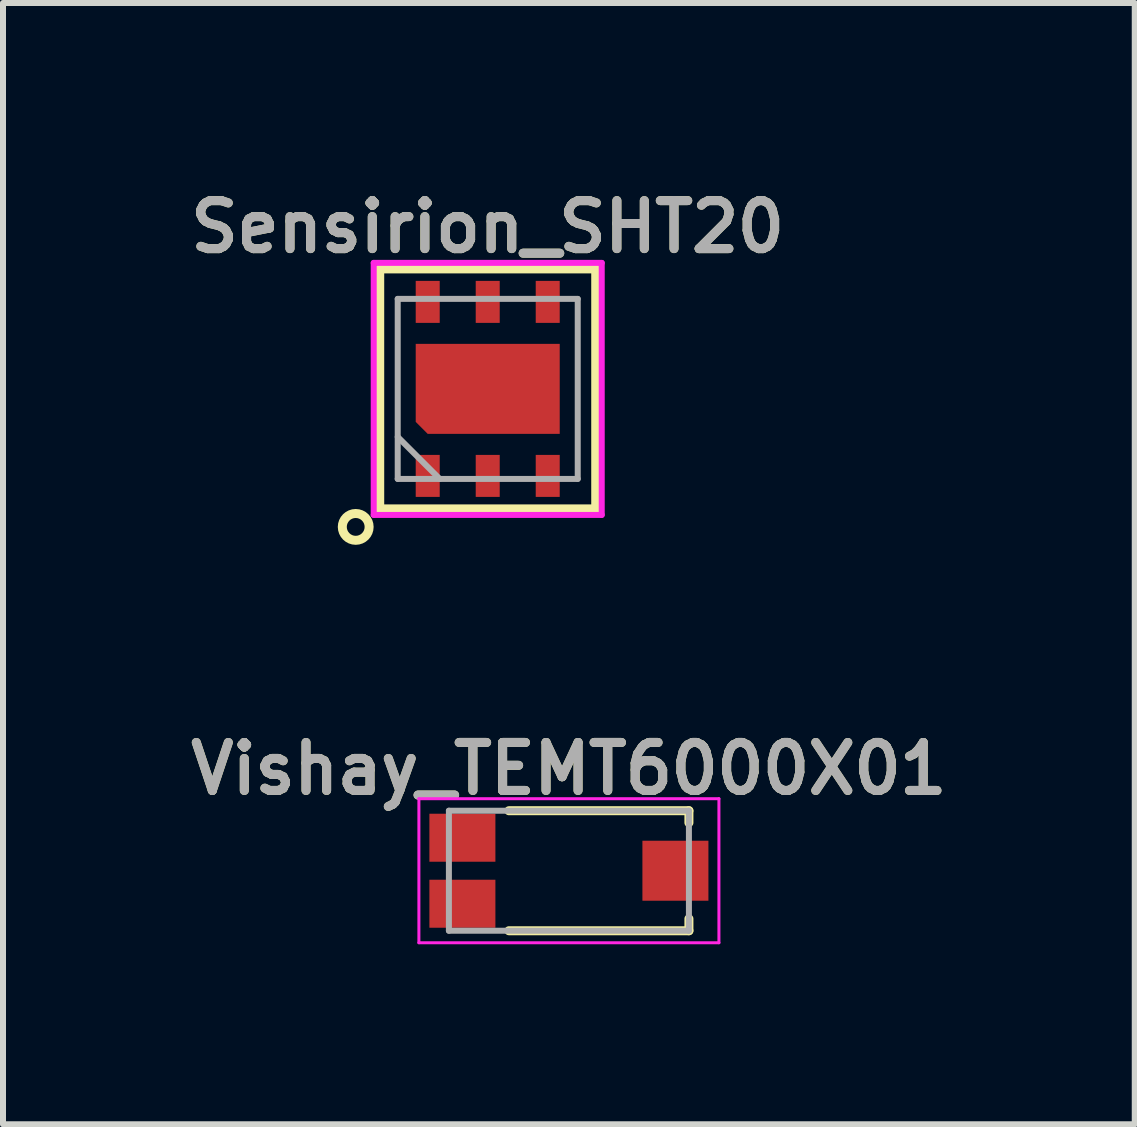
<source format=kicad_pcb>
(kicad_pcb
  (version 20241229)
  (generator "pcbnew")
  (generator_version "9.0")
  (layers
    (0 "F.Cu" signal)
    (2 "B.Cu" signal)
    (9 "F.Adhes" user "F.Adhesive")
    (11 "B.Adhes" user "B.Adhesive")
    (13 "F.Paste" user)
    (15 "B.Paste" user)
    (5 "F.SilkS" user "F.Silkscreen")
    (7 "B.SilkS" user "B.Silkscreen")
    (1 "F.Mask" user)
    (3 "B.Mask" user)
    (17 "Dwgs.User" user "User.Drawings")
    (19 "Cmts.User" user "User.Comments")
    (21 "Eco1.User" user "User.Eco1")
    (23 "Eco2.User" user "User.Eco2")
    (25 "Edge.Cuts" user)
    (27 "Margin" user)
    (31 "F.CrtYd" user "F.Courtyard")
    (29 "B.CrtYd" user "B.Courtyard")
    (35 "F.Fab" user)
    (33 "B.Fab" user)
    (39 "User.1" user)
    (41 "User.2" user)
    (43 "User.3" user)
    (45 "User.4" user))
  (footprint "Vishay_TEMT6000X01"
    (layer "F.Cu")
    (at 6.431 11.461)
    (property "Reference" "Vishay_TEMT6000X01" (at 0 -1.7 0) (layer "F.SilkS") (effects (font (size 0.8 0.8) (thickness 0.15))))
    (attr smd)
    (fp_line (start -1 -1) (end 2 -1) (stroke (width 0.15) (type solid)) (layer "F.SilkS"))
    (fp_line (start 2 -1) (end 2 -0.8) (stroke (width 0.15) (type solid)) (layer "F.SilkS"))
    (fp_line (start 2 0.8) (end 2 1) (stroke (width 0.15) (type solid)) (layer "F.SilkS"))
    (fp_line (start 2 1) (end -1 1) (stroke (width 0.15) (type solid)) (layer "F.SilkS"))
    (fp_line (start -2.5 -1.2) (end 2.5 -1.2) (stroke (width 0.05) (type solid)) (layer "F.CrtYd"))
    (fp_line (start -2.5 1.2) (end -2.5 -1.2) (stroke (width 0.05) (type solid)) (layer "F.CrtYd"))
    (fp_line (start 2.5 -1.2) (end 2.5 1.2) (stroke (width 0.05) (type solid)) (layer "F.CrtYd"))
    (fp_line (start 2.5 1.2) (end -2.5 1.2) (stroke (width 0.05) (type solid)) (layer "F.CrtYd"))
    (fp_line (start -2 -1) (end 2 -1) (stroke (width 0.1) (type solid)) (layer "F.Fab"))
    (fp_line (start -2 1) (end -2 -1) (stroke (width 0.1) (type solid)) (layer "F.Fab"))
    (fp_line (start 2 -1) (end 2 1) (stroke (width 0.1) (type solid)) (layer "F.Fab"))
    (fp_line (start 2 1) (end -2 1) (stroke (width 0.1) (type solid)) (layer "F.Fab"))
    (fp_text user "${REFERENCE}" (at 0 -1.7 0) (layer "F.Fab") (effects (font (size 0.8 0.8) (thickness 0.15))))
    (pad "B" smd rect (at -1.775 0.55) (size 1.1 0.8) (layers "F.Cu" "F.Mask" "F.Paste"))
    (pad "C" smd rect (at 1.775 0) (size 1.1 1) (layers "F.Cu" "F.Mask" "F.Paste"))
    (pad "E" smd rect (at -1.775 -0.55) (size 1.1 0.8) (layers "F.Cu" "F.Mask" "F.Paste")))
  (footprint "Sensirion_SHT20"
    (layer "F.Cu")
    (at 5.078 3.431)
    (property "Reference" "Sensirion_SHT20" (at 0 -2.7 0) (layer "F.SilkS") (effects (font (size 0.8 0.8) (thickness 0.15))))
    (attr smd)
    (fp_line (start -1.8 -2) (end 1.8 -2) (stroke (width 0.15) (type solid)) (layer "F.SilkS"))
    (fp_line (start -1.8 2) (end -1.8 -2) (stroke (width 0.15) (type solid)) (layer "F.SilkS"))
    (fp_line (start 1.8 -2) (end 1.8 2) (stroke (width 0.15) (type solid)) (layer "F.SilkS"))
    (fp_line (start 1.8 2) (end -1.8 2) (stroke (width 0.15) (type solid)) (layer "F.SilkS"))
    (fp_circle (center -2.2 2.3) (end -2.1 2.1) (stroke (width 0.15) (type solid)) (fill no) (layer "F.SilkS"))
    (fp_line (start -1.9 -2.1) (end 1.9 -2.1) (stroke (width 0.1) (type solid)) (layer "F.CrtYd"))
    (fp_line (start -1.9 2.1) (end -1.9 -2.1) (stroke (width 0.1) (type solid)) (layer "F.CrtYd"))
    (fp_line (start 1.9 -2.1) (end 1.9 2.1) (stroke (width 0.1) (type solid)) (layer "F.CrtYd"))
    (fp_line (start 1.9 2.1) (end -1.9 2.1) (stroke (width 0.1) (type solid)) (layer "F.CrtYd"))
    (fp_line (start -1.5 -1.5) (end 1.5 -1.5) (stroke (width 0.1) (type solid)) (layer "F.Fab"))
    (fp_line (start -1.5 0.8) (end -0.8 1.5) (stroke (width 0.1) (type solid)) (layer "F.Fab"))
    (fp_line (start -1.5 1.5) (end -1.5 -1.5) (stroke (width 0.1) (type solid)) (layer "F.Fab"))
    (fp_line (start 1.5 -1.5) (end 1.5 1.5) (stroke (width 0.1) (type solid)) (layer "F.Fab"))
    (fp_line (start 1.5 1.5) (end -1.5 1.5) (stroke (width 0.1) (type solid)) (layer "F.Fab"))
    (fp_text user "${REFERENCE}" (at 0 -2.7 0) (layer "F.Fab") (effects (font (size 0.8 0.8) (thickness 0.15))))
    (pad "1" smd rect (at -1 1.45) (size 0.4 0.7) (layers "F.Cu" "F.Mask" "F.Paste"))
    (pad "2" smd rect (at 0 1.45) (size 0.4 0.7) (layers "F.Cu" "F.Mask" "F.Paste"))
    (pad "3" smd rect (at 1 1.45) (size 0.4 0.7) (layers "F.Cu" "F.Mask" "F.Paste"))
    (pad "4" smd rect (at 1 -1.45) (size 0.4 0.7) (layers "F.Cu" "F.Mask" "F.Paste"))
    (pad "5" smd rect (at 0 -1.45) (size 0.4 0.7) (layers "F.Cu" "F.Mask" "F.Paste"))
    (pad "6" smd rect (at -1 -1.45) (size 0.4 0.7) (layers "F.Cu" "F.Mask" "F.Paste"))
    (pad "7" smd custom (at 0 0) (size 1 1) (layers "F.Cu" "F.Mask" "F.Paste") (options (anchor rect)) (primitives (gr_poly (pts (xy -1.2 -0.75) (xy 1.2 -0.75) (xy 1.2 0.75) (xy -1 0.75) (xy -1.2 0.55)) (width 0) (fill yes)))))
  (gr_rect
    (start -3 -3)
    (end 15.861 15.686)
    (stroke (width 0.1) (type default))
    (fill no)
    (layer "Edge.Cuts")))
</source>
